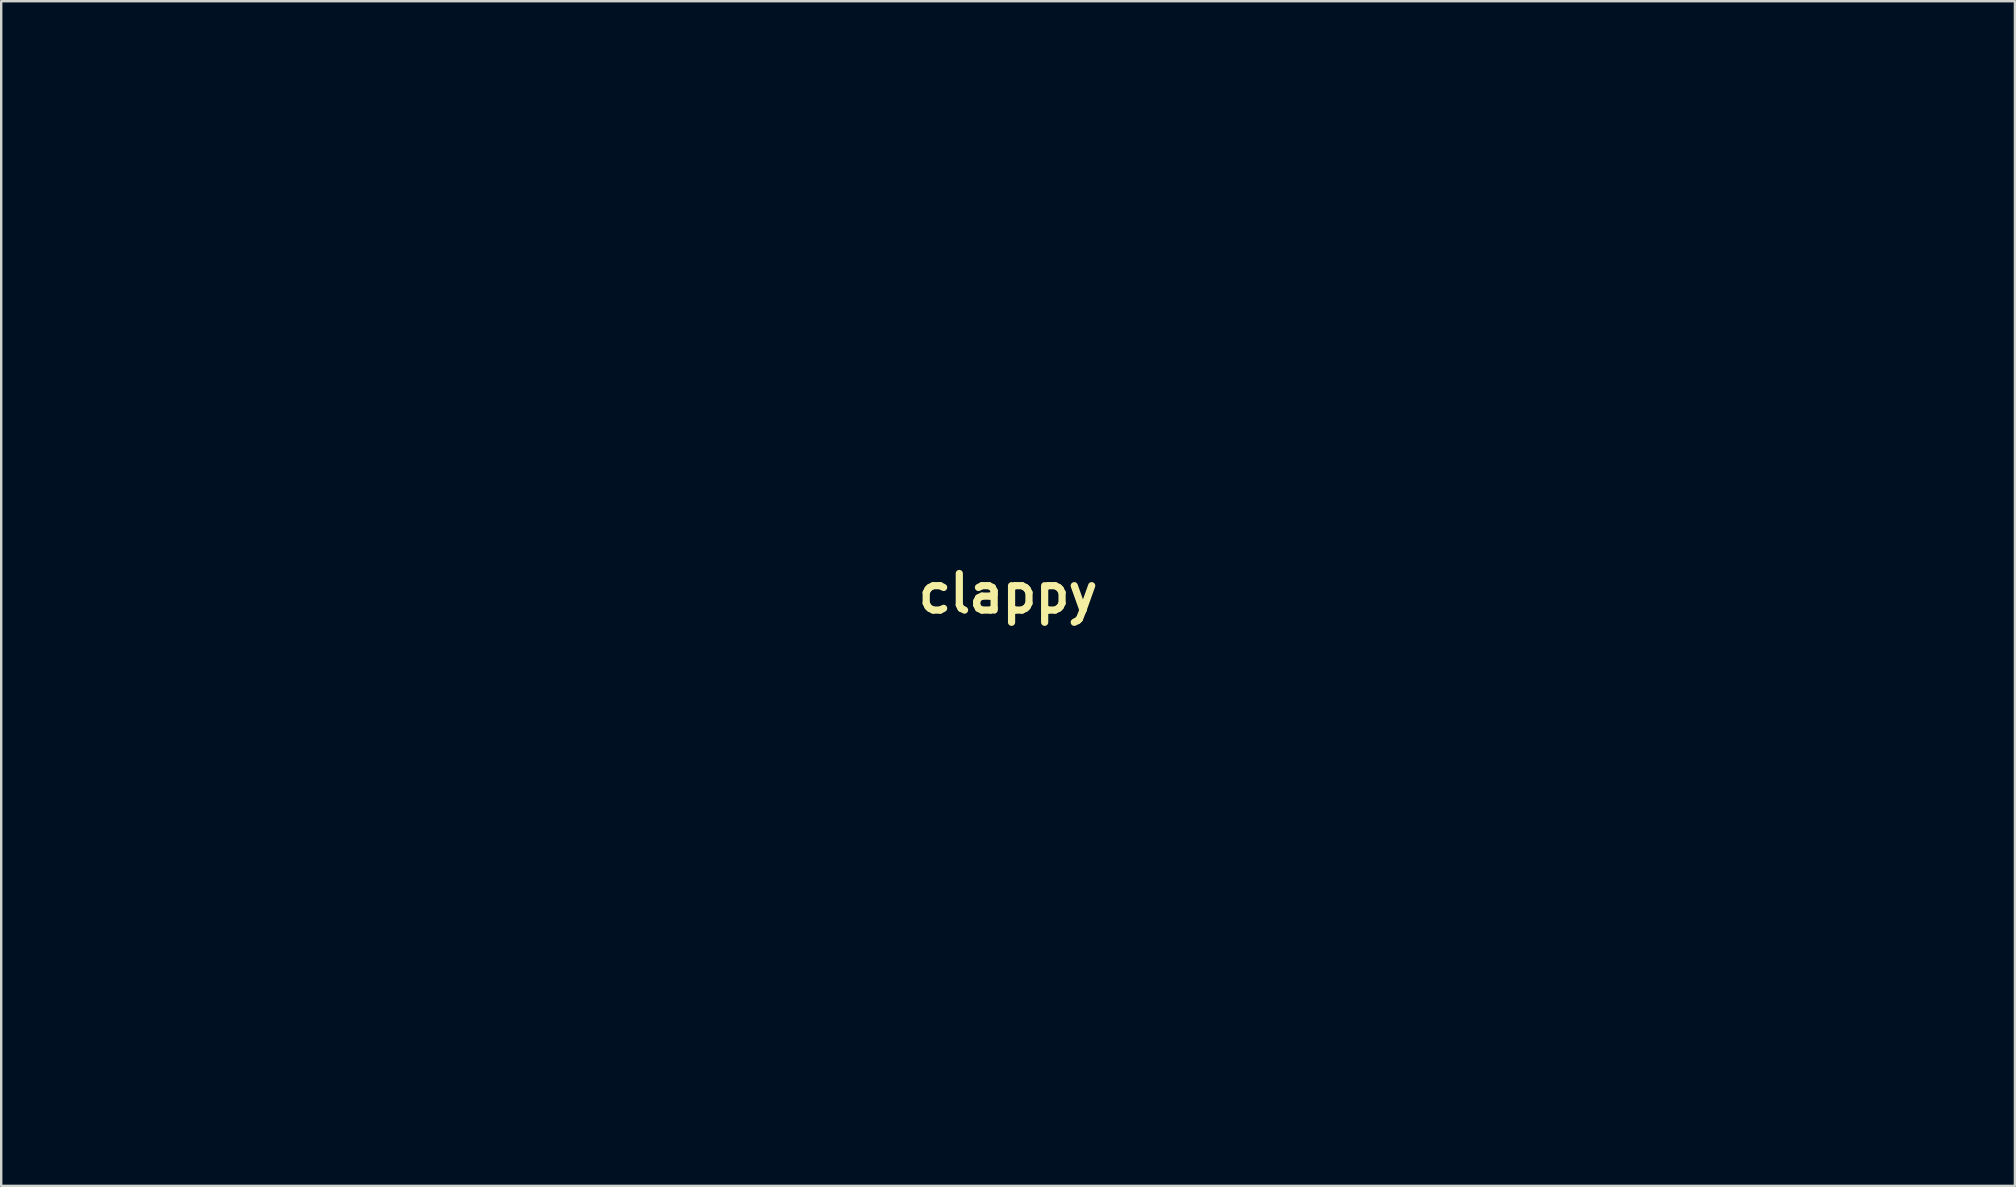
<source format=kicad_pcb>
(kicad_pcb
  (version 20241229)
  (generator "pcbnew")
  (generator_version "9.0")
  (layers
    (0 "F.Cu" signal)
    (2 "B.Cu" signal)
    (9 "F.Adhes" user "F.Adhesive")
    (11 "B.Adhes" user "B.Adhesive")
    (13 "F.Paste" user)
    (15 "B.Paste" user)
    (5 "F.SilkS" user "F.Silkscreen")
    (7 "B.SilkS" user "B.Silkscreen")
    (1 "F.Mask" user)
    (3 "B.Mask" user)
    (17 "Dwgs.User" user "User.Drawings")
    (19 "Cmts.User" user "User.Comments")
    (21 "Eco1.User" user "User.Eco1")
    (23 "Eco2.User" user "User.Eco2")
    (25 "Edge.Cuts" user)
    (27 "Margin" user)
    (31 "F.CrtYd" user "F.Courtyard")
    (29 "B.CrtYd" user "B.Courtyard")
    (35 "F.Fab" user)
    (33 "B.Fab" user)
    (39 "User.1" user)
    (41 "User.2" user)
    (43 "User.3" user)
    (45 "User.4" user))
  (footprint "clappy"
    (layer "F.Cu")
    (at 38.952 21.68)
    (property "Reference" "clappy" (at 0 0 0) (layer "F.SilkS") (effects (font (size 1.524 1.524) (thickness 0.3))))
    (attr through_hole)
    (fp_poly (pts (xy 38.947 21.675) (xy -38.947 21.675) (xy -38.947 10.199) (xy -18.772 10.199) (xy -18.754 10.326) (xy -18.683 10.431) (xy -18.491 10.654) (xy -18.178 10.993) (xy -17.743 11.45) (xy -17.189 12.022) (xy -16.514 12.711) (xy -15.72 13.516) (xy -14.806 14.436) (xy -13.774 15.47) (xy -13.226 16.017) (xy -12.425 16.816) (xy -11.656 17.582) (xy -10.928 18.304) (xy -10.249 18.976) (xy -9.63 19.588) (xy -9.077 20.131) (xy -8.6 20.598) (xy -8.208 20.98) (xy -7.908 21.269) (xy -7.71 21.455) (xy -7.622 21.531) (xy -7.62 21.532) (xy -7.284 21.576) (xy -6.947 21.459) (xy -6.9 21.432) (xy -6.75 21.329) (xy -6.493 21.143) (xy -6.159 20.895) (xy -5.774 20.606) (xy -5.47 20.374) (xy -4.922 19.967) (xy -4.476 19.662) (xy -4.14 19.464) (xy -3.946 19.384) (xy -2.763 19.025) (xy -1.558 18.548) (xy -0.324 17.947) (xy 0.947 17.22) (xy 2.263 16.361) (xy 3.629 15.365) (xy 5.053 14.228) (xy 6.543 12.947) (xy 7.173 12.379) (xy 7.513 12.063) (xy 7.93 11.667) (xy 8.411 11.204) (xy 8.943 10.686) (xy 9.514 10.126) (xy 10.112 9.536) (xy 10.724 8.928) (xy 11.337 8.316) (xy 11.939 7.712) (xy 12.518 7.128) (xy 13.06 6.577) (xy 13.555 6.071) (xy 13.988 5.623) (xy 14.348 5.246) (xy 14.622 4.951) (xy 14.798 4.752) (xy 14.86 4.668) (xy 15.035 4.131) (xy 15.055 3.577) (xy 14.926 3.036) (xy 14.652 2.541) (xy 14.399 2.257) (xy 13.923 1.917) (xy 13.402 1.735) (xy 12.857 1.714) (xy 12.309 1.855) (xy 12.134 1.937) (xy 12.004 2.033) (xy 11.77 2.237) (xy 11.447 2.532) (xy 11.05 2.907) (xy 10.595 3.346) (xy 10.096 3.835) (xy 9.567 4.36) (xy 9.44 4.487) (xy 8.912 5.016) (xy 8.412 5.51) (xy 7.957 5.955) (xy 7.56 6.339) (xy 7.235 6.647) (xy 6.996 6.865) (xy 6.859 6.979) (xy 6.841 6.991) (xy 6.454 7.114) (xy 6.084 7.07) (xy 5.747 6.862) (xy 5.707 6.824) (xy 5.522 6.612) (xy 5.439 6.412) (xy 5.419 6.133) (xy 5.419 6.129) (xy 5.419 5.723) (xy 9.342 1.782) (xy 10.276 0.841) (xy 11.088 0.016) (xy 11.779 -0.692) (xy 12.349 -1.285) (xy 12.798 -1.762) (xy 13.126 -2.124) (xy 13.335 -2.371) (xy 13.421 -2.498) (xy 13.593 -3.044) (xy 13.614 -3.585) (xy 13.5 -4.097) (xy 13.265 -4.557) (xy 12.924 -4.94) (xy 12.49 -5.225) (xy 11.978 -5.388) (xy 11.623 -5.417) (xy 11.463 -5.414) (xy 11.313 -5.4) (xy 11.165 -5.367) (xy 11.008 -5.308) (xy 10.833 -5.214) (xy 10.629 -5.077) (xy 10.388 -4.888) (xy 10.098 -4.639) (xy 9.751 -4.323) (xy 9.337 -3.931) (xy 8.845 -3.454) (xy 8.266 -2.885) (xy 7.591 -2.216) (xy 6.809 -1.438) (xy 6.519 -1.149) (xy 5.719 -0.352) (xy 5.029 0.333) (xy 4.44 0.916) (xy 3.942 1.403) (xy 3.526 1.803) (xy 3.182 2.124) (xy 2.901 2.375) (xy 2.672 2.563) (xy 2.487 2.696) (xy 2.336 2.782) (xy 2.209 2.83) (xy 2.097 2.848) (xy 1.991 2.844) (xy 1.879 2.826) (xy 1.843 2.819) (xy 1.537 2.679) (xy 1.296 2.422) (xy 1.146 2.093) (xy 1.115 1.741) (xy 1.144 1.595) (xy 1.212 1.506) (xy 1.391 1.306) (xy 1.671 1.005) (xy 2.045 0.613) (xy 2.503 0.138) (xy 3.035 -0.411) (xy 3.634 -1.024) (xy 4.291 -1.692) (xy 4.995 -2.406) (xy 5.739 -3.156) (xy 6.178 -3.598) (xy 7.073 -4.497) (xy 7.854 -5.284) (xy 8.532 -5.967) (xy 9.113 -6.556) (xy 9.604 -7.057) (xy 10.014 -7.48) (xy 10.35 -7.831) (xy 10.621 -8.121) (xy 10.833 -8.356) (xy 10.994 -8.544) (xy 11.113 -8.694) (xy 11.196 -8.815) (xy 11.251 -8.913) (xy 11.287 -8.998) (xy 11.291 -9.011) (xy 11.417 -9.614) (xy 11.38 -10.184) (xy 11.227 -10.636) (xy 10.928 -11.084) (xy 10.512 -11.435) (xy 10.01 -11.669) (xy 9.454 -11.766) (xy 9.366 -11.768) (xy 9.226 -11.765) (xy 9.092 -11.752) (xy 8.957 -11.723) (xy 8.813 -11.668) (xy 8.65 -11.582) (xy 8.46 -11.456) (xy 8.235 -11.283) (xy 7.966 -11.055) (xy 7.645 -10.766) (xy 7.263 -10.408) (xy 6.811 -9.973) (xy 6.281 -9.455) (xy 5.665 -8.844) (xy 4.954 -8.135) (xy 4.14 -7.32) (xy 3.344 -6.522) (xy 2.591 -5.768) (xy 1.867 -5.046) (xy 1.184 -4.367) (xy 0.55 -3.74) (xy -0.025 -3.173) (xy -0.531 -2.677) (xy -0.96 -2.26) (xy -1.302 -1.931) (xy -1.547 -1.701) (xy -1.687 -1.578) (xy -1.71 -1.561) (xy -2.078 -1.448) (xy -2.436 -1.481) (xy -2.753 -1.637) (xy -2.998 -1.892) (xy -3.141 -2.225) (xy -3.151 -2.612) (xy -3.148 -2.625) (xy -3.078 -2.736) (xy -2.886 -2.964) (xy -2.573 -3.308) (xy -2.139 -3.768) (xy -1.585 -4.344) (xy -0.91 -5.035) (xy -0.117 -5.84) (xy 0.796 -6.759) (xy 0.81 -6.773) (xy 1.655 -7.623) (xy 2.385 -8.362) (xy 3.008 -8.996) (xy 3.53 -9.533) (xy 3.957 -9.98) (xy 4.296 -10.344) (xy 4.555 -10.632) (xy 4.739 -10.851) (xy 4.856 -11.008) (xy 4.904 -11.091) (xy 5.062 -11.633) (xy 5.067 -12.178) (xy 5.032 -12.313) (xy 17.091 -12.313) (xy 17.166 -11.974) (xy 17.363 -11.691) (xy 17.624 -11.43) (xy 19.229 -11.43) (xy 19.852 -11.434) (xy 20.329 -11.445) (xy 20.681 -11.467) (xy 20.933 -11.499) (xy 21.105 -11.544) (xy 21.13 -11.554) (xy 21.41 -11.748) (xy 21.556 -11.986) (xy 21.641 -12.366) (xy 21.563 -12.703) (xy 21.323 -12.994) (xy 21.23 -13.069) (xy 21.137 -13.123) (xy 21.017 -13.162) (xy 20.844 -13.186) (xy 20.592 -13.2) (xy 20.235 -13.206) (xy 19.747 -13.208) (xy 19.472 -13.208) (xy 18.956 -13.204) (xy 18.486 -13.192) (xy 18.093 -13.175) (xy 17.809 -13.153) (xy 17.667 -13.129) (xy 17.35 -12.93) (xy 17.155 -12.645) (xy 17.091 -12.313) (xy 5.032 -12.313) (xy 4.931 -12.7) (xy 4.666 -13.17) (xy 4.284 -13.56) (xy 3.799 -13.842) (xy 3.664 -13.892) (xy 3.305 -13.951) (xy 2.875 -13.936) (xy 2.453 -13.856) (xy 2.19 -13.756) (xy 2.089 -13.677) (xy 1.878 -13.486) (xy 1.565 -13.192) (xy 1.159 -12.805) (xy 0.669 -12.332) (xy 0.103 -11.782) (xy -0.529 -11.164) (xy -1.219 -10.486) (xy -1.957 -9.758) (xy -2.735 -8.987) (xy -3.545 -8.182) (xy -3.683 -8.045) (xy -4.786 -6.947) (xy -5.771 -5.971) (xy -6.64 -5.114) (xy -7.392 -4.378) (xy -8.028 -3.761) (xy -8.549 -3.262) (xy -8.955 -2.881) (xy -9.247 -2.618) (xy -9.426 -2.472) (xy -9.483 -2.439) (xy -9.864 -2.451) (xy -10.227 -2.599) (xy -10.413 -2.751) (xy -10.482 -2.832) (xy -10.535 -2.924) (xy -10.575 -3.053) (xy -10.604 -3.242) (xy -10.628 -3.518) (xy -10.649 -3.904) (xy -10.672 -4.426) (xy -10.68 -4.636) (xy -10.709 -5.371) (xy -10.736 -5.957) (xy -10.761 -6.414) (xy -10.787 -6.763) (xy -10.815 -7.023) (xy -10.848 -7.216) (xy -10.888 -7.361) (xy -10.936 -7.478) (xy -10.955 -7.518) (xy -11.273 -7.958) (xy -11.707 -8.307) (xy -12.216 -8.54) (xy -12.761 -8.634) (xy -12.821 -8.635) (xy -13.281 -8.559) (xy -13.736 -8.354) (xy -14.144 -8.05) (xy -14.464 -7.677) (xy -14.651 -7.281) (xy -14.673 -7.163) (xy -14.715 -6.892) (xy -14.776 -6.483) (xy -14.854 -5.95) (xy -14.946 -5.309) (xy -15.051 -4.573) (xy -15.166 -3.759) (xy -15.29 -2.88) (xy -15.42 -1.952) (xy -15.555 -0.989) (xy -15.691 -0.006) (xy -15.828 0.983) (xy -15.963 1.961) (xy -16.094 2.916) (xy -16.219 3.831) (xy -16.336 4.692) (xy -16.443 5.485) (xy -16.537 6.194) (xy -16.608 6.734) (xy -16.697 7.415) (xy -17.67 8.549) (xy -18.065 9.015) (xy -18.359 9.377) (xy -18.564 9.656) (xy -18.693 9.872) (xy -18.758 10.046) (xy -18.772 10.199) (xy -38.947 10.199) (xy -38.947 4.517) (xy -21.663 4.517) (xy -21.629 4.694) (xy -21.524 4.899) (xy -21.336 5.151) (xy -21.054 5.47) (xy -20.666 5.873) (xy -20.349 6.193) (xy -19.111 7.434) (xy -18.792 7.065) (xy -18.605 6.817) (xy -18.468 6.578) (xy -18.425 6.459) (xy -18.405 6.335) (xy -18.365 6.059) (xy -18.306 5.644) (xy -18.23 5.107) (xy -18.14 4.462) (xy -18.037 3.724) (xy -17.925 2.909) (xy -17.804 2.03) (xy -17.676 1.104) (xy -17.653 0.931) (xy -17.462 -0.462) (xy -17.293 -1.697) (xy -17.144 -2.784) (xy -17.013 -3.734) (xy -16.899 -4.556) (xy -16.801 -5.261) (xy -16.716 -5.858) (xy -16.643 -6.358) (xy -16.582 -6.77) (xy -16.529 -7.105) (xy -16.484 -7.372) (xy -16.445 -7.582) (xy -16.41 -7.745) (xy -16.378 -7.87) (xy -16.348 -7.968) (xy -16.317 -8.049) (xy -16.285 -8.123) (xy -16.25 -8.2) (xy -16.242 -8.216) (xy -15.912 -8.77) (xy -15.46 -9.293) (xy -14.93 -9.738) (xy -14.869 -9.775) (xy -10.503 -9.775) (xy -10.048 -9.305) (xy -9.586 -8.735) (xy -9.247 -8.099) (xy -9.024 -7.375) (xy -8.911 -6.545) (xy -8.892 -5.999) (xy -8.89 -5.436) (xy -4.501 -9.894) (xy -3.759 -10.648) (xy -3.029 -11.391) (xy -2.322 -12.109) (xy -1.653 -12.792) (xy -1.032 -13.425) (xy -0.471 -13.997) (xy 0.016 -14.495) (xy 0.417 -14.906) (xy 0.721 -15.218) (xy 0.874 -15.377) (xy 1.196 -15.721) (xy 3.982 -15.721) (xy 4.453 -15.529) (xy 5.098 -15.205) (xy 5.653 -14.781) (xy 5.972 -14.457) (xy 6.198 -14.171) (xy 6.417 -13.835) (xy 6.602 -13.497) (xy 6.729 -13.201) (xy 6.773 -13.002) (xy 6.79 -12.906) (xy 6.85 -12.889) (xy 6.969 -12.962) (xy 7.162 -13.135) (xy 7.446 -13.419) (xy 7.595 -13.573) (xy 8.015 -14.047) (xy 8.303 -14.467) (xy 8.476 -14.862) (xy 8.547 -15.261) (xy 8.551 -15.393) (xy 8.473 -15.948) (xy 8.471 -15.952) (xy 15.936 -15.952) (xy 15.961 -15.616) (xy 16.088 -15.343) (xy 16.341 -15.052) (xy 16.65 -14.92) (xy 17.011 -14.95) (xy 17.426 -15.139) (xy 17.538 -15.211) (xy 18.174 -15.651) (xy 18.726 -16.044) (xy 19.181 -16.379) (xy 19.526 -16.649) (xy 19.749 -16.842) (xy 19.812 -16.911) (xy 19.971 -17.229) (xy 19.985 -17.56) (xy 19.873 -17.865) (xy 19.653 -18.111) (xy 19.343 -18.26) (xy 19.114 -18.288) (xy 18.968 -18.28) (xy 18.823 -18.246) (xy 18.653 -18.174) (xy 18.435 -18.049) (xy 18.142 -17.858) (xy 17.751 -17.589) (xy 17.485 -17.401) (xy 17.07 -17.101) (xy 16.694 -16.818) (xy 16.385 -16.571) (xy 16.167 -16.381) (xy 16.074 -16.28) (xy 15.936 -15.952) (xy 8.471 -15.952) (xy 8.252 -16.438) (xy 7.91 -16.845) (xy 7.468 -17.145) (xy 6.947 -17.319) (xy 6.556 -17.355) (xy 6.151 -17.323) (xy 5.783 -17.217) (xy 5.419 -17.021) (xy 5.023 -16.716) (xy 4.648 -16.369) (xy 3.982 -15.721) (xy 1.196 -15.721) (xy 1.336 -15.871) (xy 1.682 -16.278) (xy 1.927 -16.622) (xy 2.086 -16.926) (xy 2.172 -17.212) (xy 2.199 -17.503) (xy 2.199 -17.516) (xy 2.137 -18.019) (xy 13.039 -18.019) (xy 13.116 -17.682) (xy 13.323 -17.408) (xy 13.624 -17.233) (xy 13.897 -17.187) (xy 14.159 -17.209) (xy 14.371 -17.262) (xy 14.398 -17.275) (xy 14.554 -17.412) (xy 14.684 -17.6) (xy 14.763 -17.776) (xy 14.885 -18.074) (xy 15.035 -18.459) (xy 15.202 -18.895) (xy 15.37 -19.343) (xy 15.526 -19.769) (xy 15.656 -20.135) (xy 15.747 -20.404) (xy 15.779 -20.514) (xy 15.778 -20.83) (xy 15.645 -21.14) (xy 15.411 -21.39) (xy 15.251 -21.482) (xy 14.918 -21.549) (xy 14.581 -21.501) (xy 14.299 -21.352) (xy 14.186 -21.227) (xy 14.086 -21.037) (xy 13.952 -20.727) (xy 13.794 -20.333) (xy 13.626 -19.886) (xy 13.459 -19.421) (xy 13.305 -18.971) (xy 13.176 -18.569) (xy 13.084 -18.25) (xy 13.041 -18.046) (xy 13.039 -18.019) (xy 2.137 -18.019) (xy 2.127 -18.102) (xy 1.915 -18.614) (xy 1.58 -19.032) (xy 1.142 -19.34) (xy 0.617 -19.519) (xy 0.202 -19.558) (xy 0.038 -19.557) (xy -0.113 -19.549) (xy -0.26 -19.526) (xy -0.411 -19.481) (xy -0.575 -19.407) (xy -0.761 -19.295) (xy -0.978 -19.139) (xy -1.235 -18.931) (xy -1.541 -18.663) (xy -1.904 -18.328) (xy -2.334 -17.919) (xy -2.838 -17.428) (xy -3.427 -16.847) (xy -4.109 -16.169) (xy -4.892 -15.387) (xy -5.786 -14.493) (xy -5.823 -14.457) (xy -10.503 -9.775) (xy -14.869 -9.775) (xy -14.448 -10.025) (xy -14.145 -10.167) (xy -13.89 -10.282) (xy -13.732 -10.348) (xy -13.716 -10.353) (xy -13.666 -10.391) (xy -13.634 -10.484) (xy -13.618 -10.658) (xy -13.616 -10.939) (xy -13.626 -11.35) (xy -13.636 -11.616) (xy -13.656 -12.104) (xy -13.679 -12.458) (xy -13.71 -12.712) (xy -13.755 -12.903) (xy -13.821 -13.064) (xy -13.912 -13.231) (xy -13.913 -13.233) (xy -14.275 -13.701) (xy -14.719 -14.028) (xy -15.224 -14.209) (xy -15.768 -14.238) (xy -16.331 -14.108) (xy -16.588 -13.995) (xy -16.923 -13.791) (xy -17.165 -13.55) (xy -17.325 -13.312) (xy -17.479 -13.013) (xy -17.596 -12.713) (xy -17.635 -12.553) (xy -17.653 -12.421) (xy -17.693 -12.135) (xy -17.751 -11.707) (xy -17.828 -11.151) (xy -17.92 -10.479) (xy -18.026 -9.704) (xy -18.144 -8.839) (xy -18.273 -7.899) (xy -18.41 -6.894) (xy -18.554 -5.839) (xy -18.639 -5.218) (xy -19.597 1.799) (xy -20.515 2.862) (xy -20.833 3.237) (xy -21.12 3.586) (xy -21.354 3.882) (xy -21.511 4.096) (xy -21.562 4.176) (xy -21.637 4.351) (xy -21.663 4.517) (xy -38.947 4.517) (xy -38.947 -21.675) (xy 38.947 -21.675) (xy 38.947 21.675)) (stroke (width 0.01) (type solid)) (fill no) (layer "Eco2.User")))
  (gr_rect
    (start -3 -3)
    (end 80.903 46.359)
    (stroke (width 0.1) (type default))
    (fill no)
    (layer "Edge.Cuts")))
</source>
